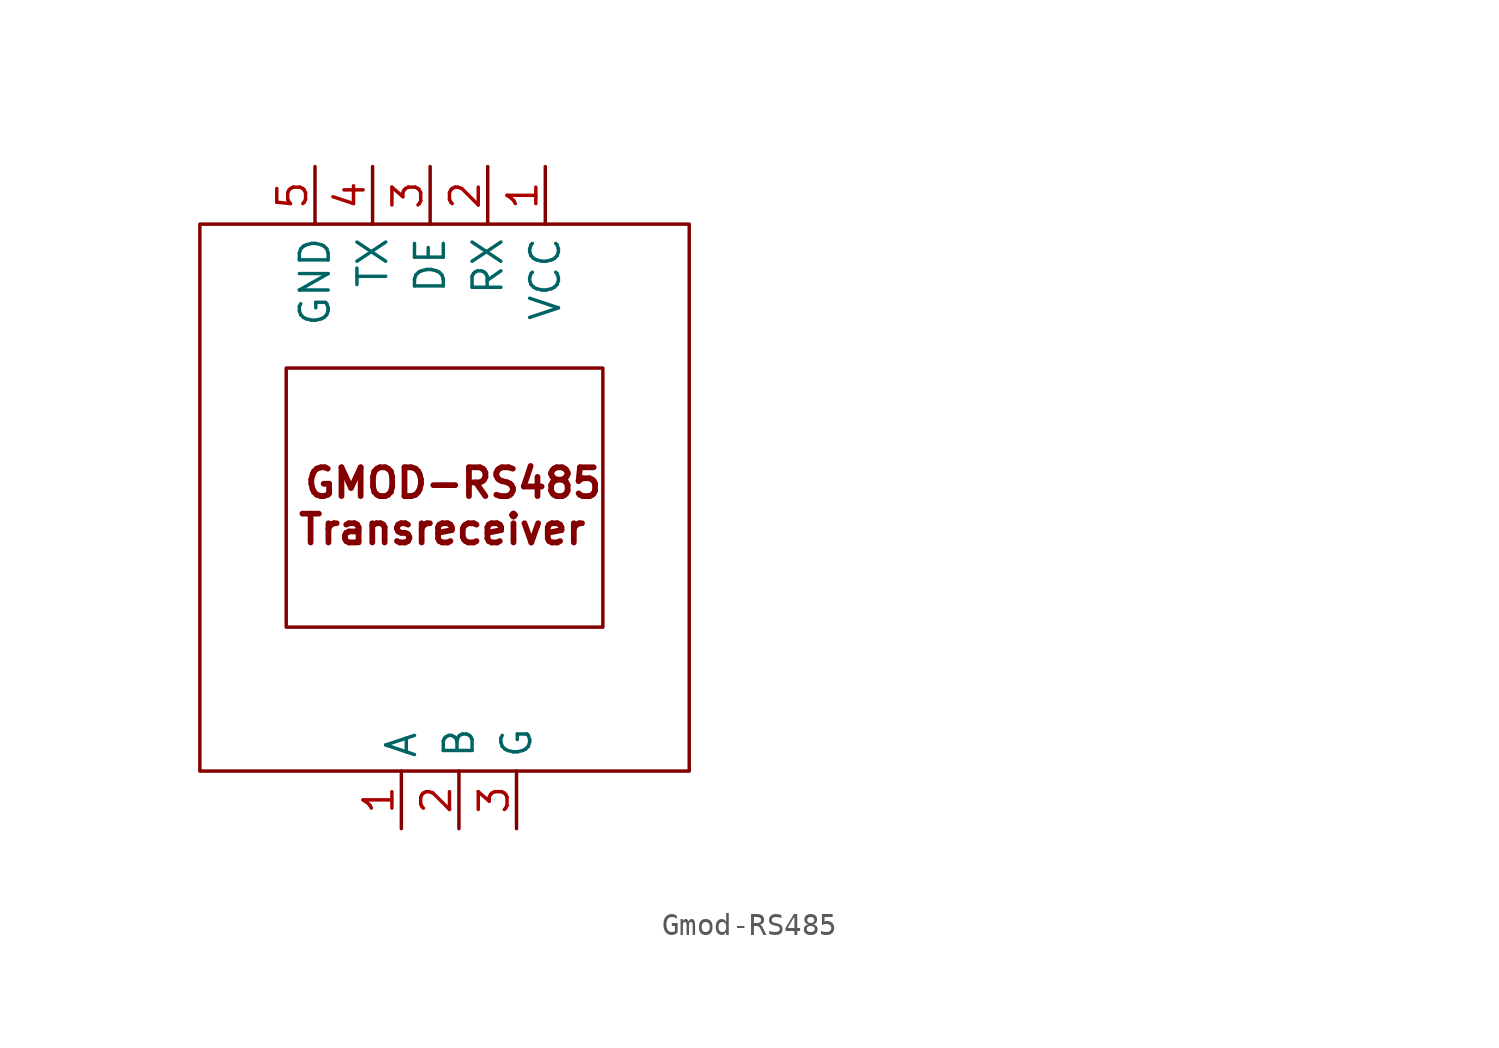
<source format=kicad_sym>
(kicad_symbol_lib
  (version 20241209)
  (generator "kicad_symbol_editor")
  (generator_version "9.0")
  (symbol "Gmod-RS485"
    (property "Reference" "U"
      (at 11.938 6.096 0)
      (effects (font (size 1.27 1.27)) (hide yes)))
    (property "Value" ""
      (at 36.83 1.27 0)
      (effects (font (size 1.27 1.27))))
    (symbol "Gmod-RS485_0_1"
      (rectangle (start -11.43 12.7) (end 10.16 -11.43) (stroke (width 0) (type default)) (fill (type none)))
      (rectangle (start -7.62 6.35) (end 6.35 -5.08) (stroke (width 0) (type default)) (fill (type none))))
    (symbol "Gmod-RS485_1_1"
      (text "GMOD-RS485\nTransreceiver " (at -0.254 0.254 0) (effects (font (size 1.27 1.27) (thickness 0.254) (bold yes))))
      (pin power_in line (at -6.35 15.24 270) (length 2.54) (name "GND" (effects (font (size 1.27 1.27)))) (number "5" (effects (font (size 1.27 1.27)))))
      (pin bidirectional line (at -3.81 15.24 270) (length 2.54) (name "TX" (effects (font (size 1.27 1.27)))) (number "4" (effects (font (size 1.27 1.27)))))
      (pin bidirectional line (at -2.54 -13.97 90) (length 2.54) (name "A" (effects (font (size 1.27 1.27)))) (number "1" (effects (font (size 1.27 1.27)))))
      (pin bidirectional line (at -1.27 15.24 270) (length 2.54) (name "DE" (effects (font (size 1.27 1.27)))) (number "3" (effects (font (size 1.27 1.27)))))
      (pin bidirectional line (at 0 -13.97 90) (length 2.54) (name "B" (effects (font (size 1.27 1.27)))) (number "2" (effects (font (size 1.27 1.27)))))
      (pin bidirectional line (at 1.27 15.24 270) (length 2.54) (name "RX" (effects (font (size 1.27 1.27)))) (number "2" (effects (font (size 1.27 1.27)))))
      (pin bidirectional line (at 2.54 -13.97 90) (length 2.54) (name "G" (effects (font (size 1.27 1.27)))) (number "3" (effects (font (size 1.27 1.27)))))
      (pin power_in line (at 3.81 15.24 270) (length 2.54) (name "VCC" (effects (font (size 1.27 1.27)))) (number "1" (effects (font (size 1.27 1.27))))))))
</source>
